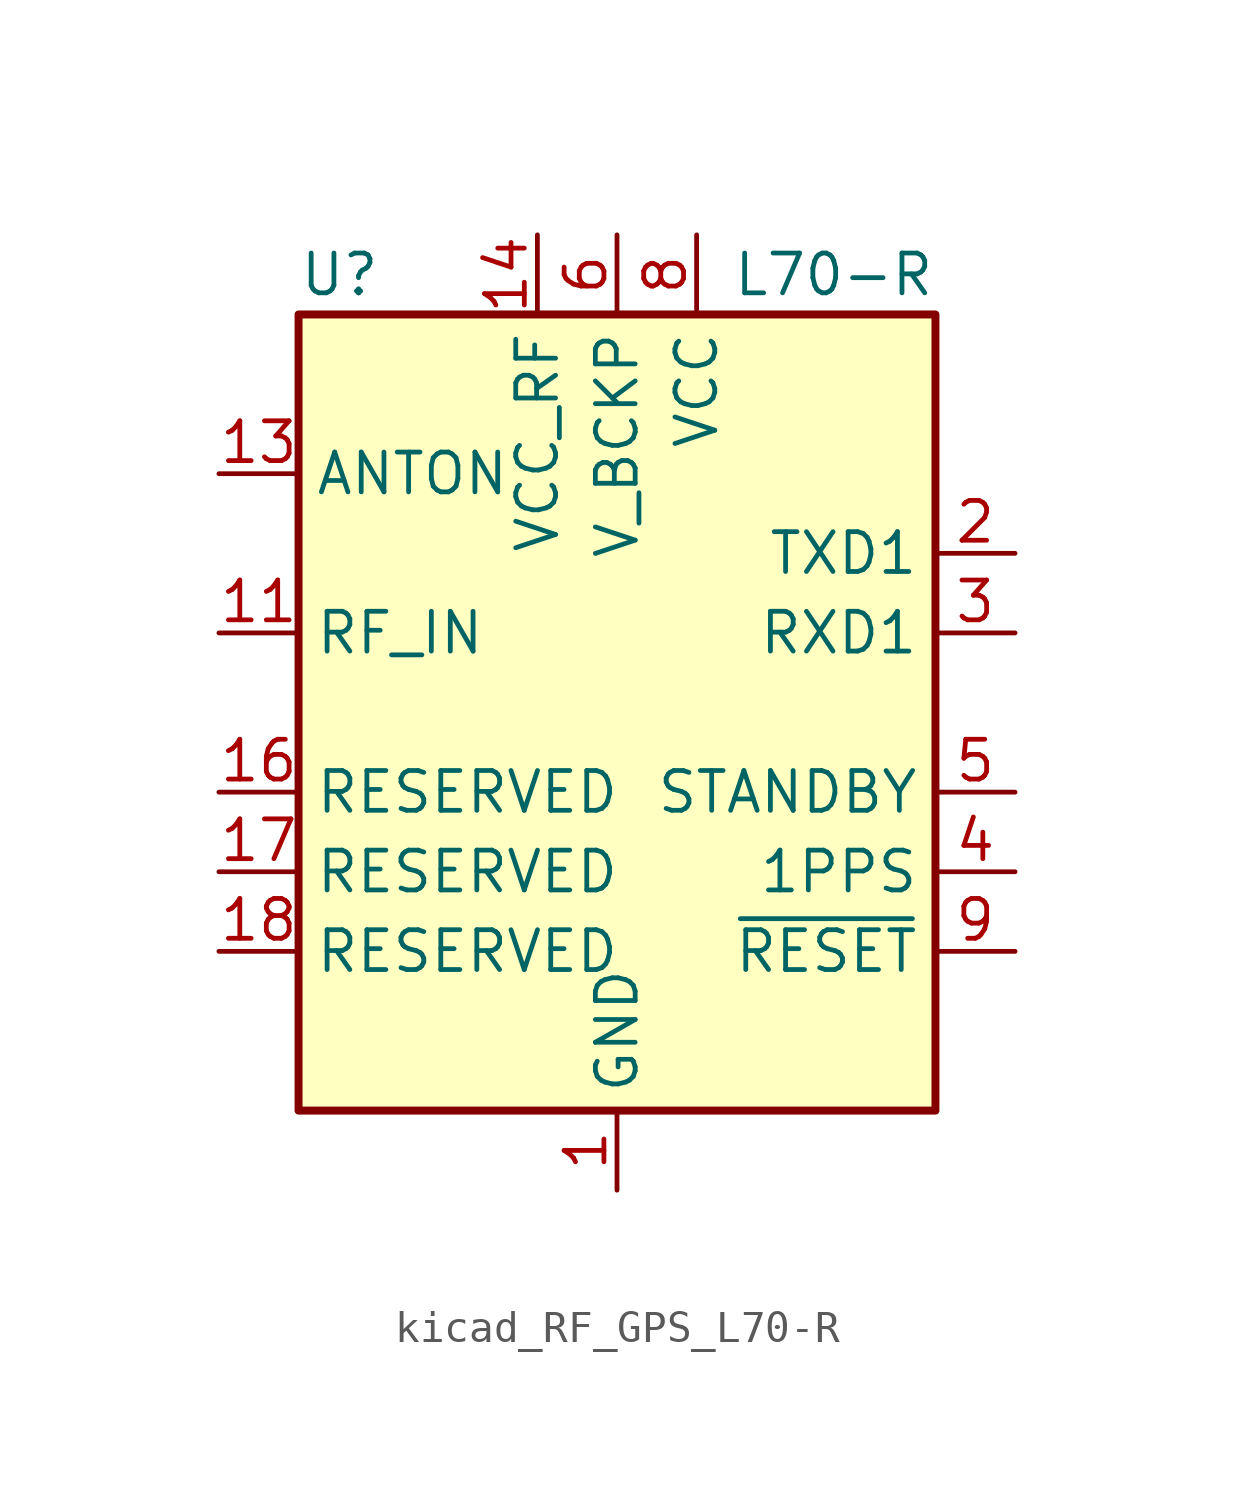
<source format=kicad_sym>
(kicad_symbol_lib
  (version 20220914)
  (generator kicad_symbol_editor)
  (symbol "kicad_RF_GPS_L70-R"
    (property "Reference" "U"
      (at -10.16 13.97 0)
      (effects (font (size 1.27 1.27)) (justify left)))
    (property "Value" "L70-R"
      (at 10.16 13.97 0)
      (effects (font (size 1.27 1.27)) (justify right)))
    (symbol "kicad_RF_GPS_L70-R_0_1"
      (rectangle (start -10.16 12.7) (end 10.16 -12.7) (stroke (width 0.254) (type default)) (fill (type background))))
    (symbol "kicad_RF_GPS_L70-R_1_1"
      (pin power_in line (at 0 -15.24 90) (length 2.54) (name "GND" (effects (font (size 1.27 1.27)))) (number "1" (effects (font (size 1.27 1.27)))))
      (pin passive line (at 0 -15.24 90) (length 2.54) hide (name "GND" (effects (font (size 1.27 1.27)))) (number "10" (effects (font (size 1.27 1.27)))))
      (pin input line (at -12.7 2.54 0) (length 2.54) (name "RF_IN" (effects (font (size 1.27 1.27)))) (number "11" (effects (font (size 1.27 1.27)))))
      (pin passive line (at 0 -15.24 90) (length 2.54) hide (name "GND" (effects (font (size 1.27 1.27)))) (number "12" (effects (font (size 1.27 1.27)))))
      (pin output line (at -12.7 7.62 0) (length 2.54) (name "ANTON" (effects (font (size 1.27 1.27)))) (number "13" (effects (font (size 1.27 1.27)))))
      (pin power_out line (at -2.54 15.24 270) (length 2.54) (name "VCC_RF" (effects (font (size 1.27 1.27)))) (number "14" (effects (font (size 1.27 1.27)))))
      (pin no_connect line (at -10.16 0 0) (length 2.54) hide (name "NC" (effects (font (size 1.27 1.27)))) (number "15" (effects (font (size 1.27 1.27)))))
      (pin passive line (at -12.7 -2.54 0) (length 2.54) (name "RESERVED" (effects (font (size 1.27 1.27)))) (number "16" (effects (font (size 1.27 1.27)))))
      (pin passive line (at -12.7 -5.08 0) (length 2.54) (name "RESERVED" (effects (font (size 1.27 1.27)))) (number "17" (effects (font (size 1.27 1.27)))))
      (pin passive line (at -12.7 -7.62 0) (length 2.54) (name "RESERVED" (effects (font (size 1.27 1.27)))) (number "18" (effects (font (size 1.27 1.27)))))
      (pin output line (at 12.7 5.08 180) (length 2.54) (name "TXD1" (effects (font (size 1.27 1.27)))) (number "2" (effects (font (size 1.27 1.27)))))
      (pin input line (at 12.7 2.54 180) (length 2.54) (name "RXD1" (effects (font (size 1.27 1.27)))) (number "3" (effects (font (size 1.27 1.27)))))
      (pin output line (at 12.7 -5.08 180) (length 2.54) (name "1PPS" (effects (font (size 1.27 1.27)))) (number "4" (effects (font (size 1.27 1.27)))))
      (pin input line (at 12.7 -2.54 180) (length 2.54) (name "STANDBY" (effects (font (size 1.27 1.27)))) (number "5" (effects (font (size 1.27 1.27)))))
      (pin power_in line (at 0 15.24 270) (length 2.54) (name "V_BCKP" (effects (font (size 1.27 1.27)))) (number "6" (effects (font (size 1.27 1.27)))))
      (pin no_connect line (at 10.16 0 180) (length 2.54) hide (name "NC" (effects (font (size 1.27 1.27)))) (number "7" (effects (font (size 1.27 1.27)))))
      (pin power_in line (at 2.54 15.24 270) (length 2.54) (name "VCC" (effects (font (size 1.27 1.27)))) (number "8" (effects (font (size 1.27 1.27)))))
      (pin input line (at 12.7 -7.62 180) (length 2.54) (name "~{RESET}" (effects (font (size 1.27 1.27)))) (number "9" (effects (font (size 1.27 1.27))))))))
</source>
